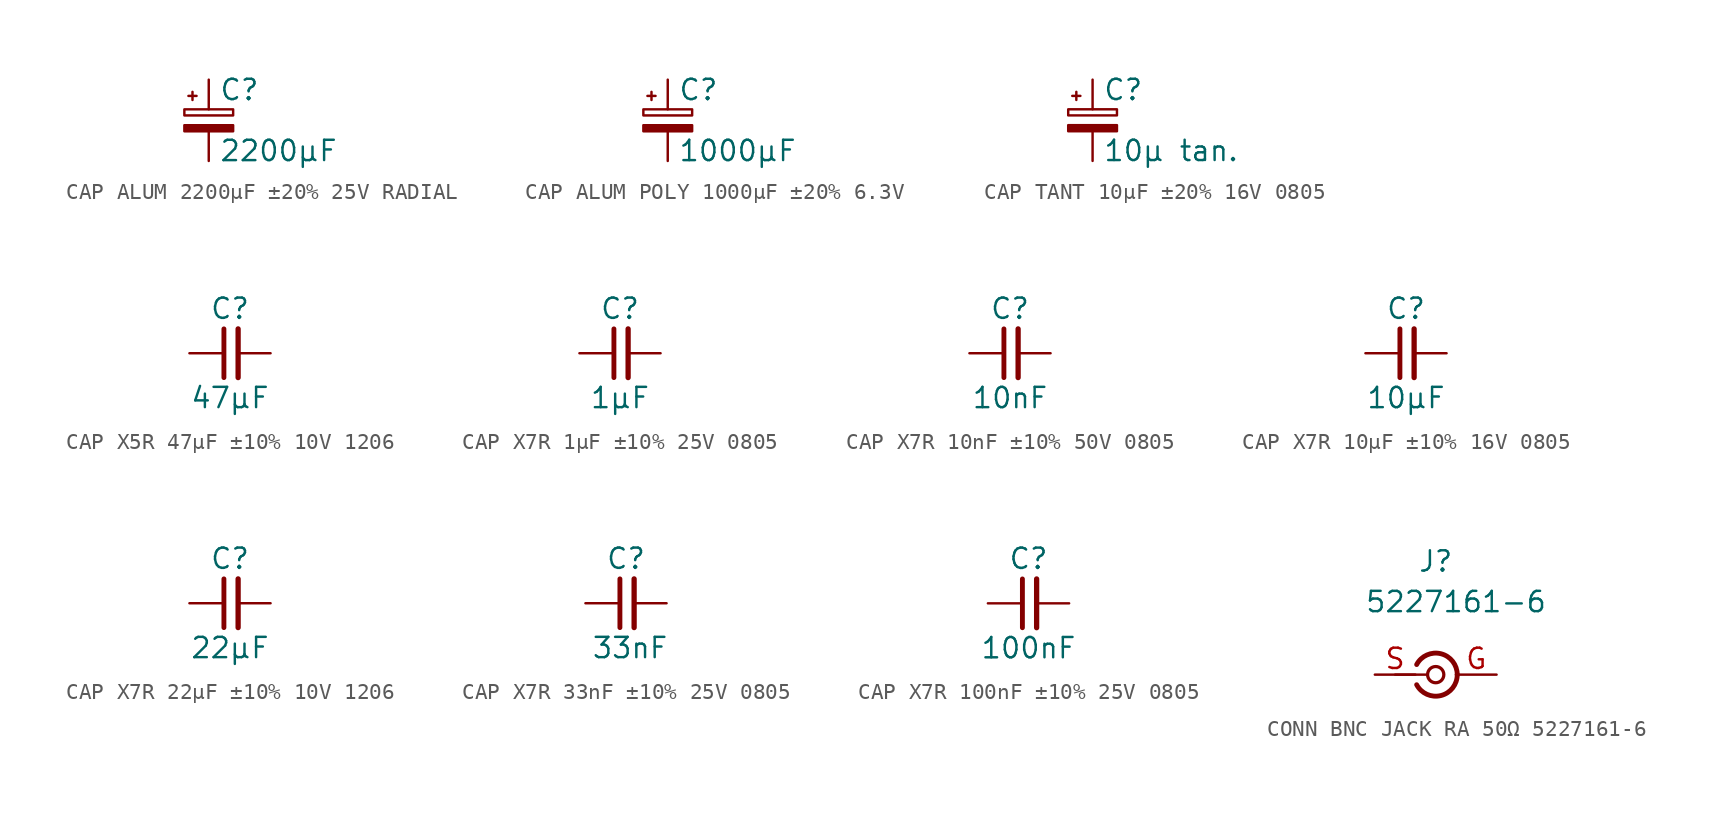
<source format=kicad_sym>
(kicad_symbol_lib
  (version 20241209)
  (generator "kicad_symbol_editor")
  (generator_version "9.0")
  (symbol "CAP ALUM 2200μF ±20% 25V RADIAL"
    (pin_numbers
      (hide yes))
    (pin_names
      (offset 0.254)
      (hide yes))
    (property "Reference" "C"
      (at 0.635 1.905 0)
      (effects (font (size 1.27 1.27)) (justify left)))
    (property "Value" "2200μF"
      (at 0.635 -1.905 0)
      (effects (font (size 1.27 1.27)) (justify left)))
    (symbol "CAP ALUM 2200μF ±20% 25V RADIAL_0_1"
      (rectangle (start -1.524 0.686) (end 1.524 0.305) (stroke (width 0) (type default)) (fill (type none)))
      (rectangle (start -1.524 -0.305) (end 1.524 -0.686) (stroke (width 0) (type default)) (fill (type outline)))
      (polyline (pts (xy -1.27 1.524) (xy -0.762 1.524)) (stroke (width 0) (type default)) (fill (type none)))
      (polyline (pts (xy -1.016 1.27) (xy -1.016 1.778)) (stroke (width 0) (type default)) (fill (type none))))
    (symbol "CAP ALUM 2200μF ±20% 25V RADIAL_1_1"
      (pin passive line (at 0 2.54 270) (length 1.854) (name "~" (effects (font (size 1.27 1.27)))) (number "1" (effects (font (size 1.27 1.27)))))
      (pin passive line (at 0 -2.54 90) (length 1.854) (name "~" (effects (font (size 1.27 1.27)))) (number "2" (effects (font (size 1.27 1.27)))))))
  (symbol "CAP ALUM POLY 1000μF ±20% 6.3V "
    (pin_numbers
      (hide yes))
    (pin_names
      (offset 0.254)
      (hide yes))
    (property "Reference" "C"
      (at 0.635 1.905 0)
      (effects (font (size 1.27 1.27)) (justify left)))
    (property "Value" "1000μF"
      (at 0.635 -1.905 0)
      (effects (font (size 1.27 1.27)) (justify left)))
    (symbol "CAP ALUM POLY 1000μF ±20% 6.3V _0_1"
      (rectangle (start -1.524 0.686) (end 1.524 0.305) (stroke (width 0) (type default)) (fill (type none)))
      (rectangle (start -1.524 -0.305) (end 1.524 -0.686) (stroke (width 0) (type default)) (fill (type outline)))
      (polyline (pts (xy -1.27 1.524) (xy -0.762 1.524)) (stroke (width 0) (type default)) (fill (type none)))
      (polyline (pts (xy -1.016 1.27) (xy -1.016 1.778)) (stroke (width 0) (type default)) (fill (type none))))
    (symbol "CAP ALUM POLY 1000μF ±20% 6.3V _1_1"
      (pin passive line (at 0 2.54 270) (length 1.854) (name "~" (effects (font (size 1.27 1.27)))) (number "1" (effects (font (size 1.27 1.27)))))
      (pin passive line (at 0 -2.54 90) (length 1.854) (name "~" (effects (font (size 1.27 1.27)))) (number "2" (effects (font (size 1.27 1.27)))))))
  (symbol "CAP TANT 10μF ±20% 16V 0805"
    (pin_numbers
      (hide yes))
    (pin_names
      (offset 0.254)
      (hide yes))
    (property "Reference" "C"
      (at 0.635 1.905 0)
      (effects (font (size 1.27 1.27)) (justify left)))
    (property "Value" "10μ tan."
      (at 0.635 -1.905 0)
      (effects (font (size 1.27 1.27)) (justify left)))
    (symbol "CAP TANT 10μF ±20% 16V 0805_0_1"
      (rectangle (start -1.524 0.686) (end 1.524 0.305) (stroke (width 0) (type default)) (fill (type none)))
      (rectangle (start -1.524 -0.305) (end 1.524 -0.686) (stroke (width 0) (type default)) (fill (type outline)))
      (polyline (pts (xy -1.27 1.524) (xy -0.762 1.524)) (stroke (width 0) (type default)) (fill (type none)))
      (polyline (pts (xy -1.016 1.27) (xy -1.016 1.778)) (stroke (width 0) (type default)) (fill (type none))))
    (symbol "CAP TANT 10μF ±20% 16V 0805_1_1"
      (pin passive line (at 0 2.54 270) (length 1.854) (name "~" (effects (font (size 1.27 1.27)))) (number "1" (effects (font (size 1.27 1.27)))))
      (pin passive line (at 0 -2.54 90) (length 1.854) (name "~" (effects (font (size 1.27 1.27)))) (number "2" (effects (font (size 1.27 1.27)))))))
  (symbol "CAP X5R 47μF ±10% 10V 1206"
    (pin_numbers
      (hide yes))
    (pin_names
      (offset 0.254)
      (hide yes))
    (property "Reference" "C"
      (at 0 2.794 0)
      (effects (font (size 1.27 1.27))))
    (property "Value" "47μF"
      (at 0 -2.794 0)
      (effects (font (size 1.27 1.27))))
    (symbol "CAP X5R 47μF ±10% 10V 1206_0_1"
      (polyline (pts (xy -0.381 -1.524) (xy -0.381 1.524)) (stroke (width 0.305) (type default)) (fill (type none)))
      (polyline (pts (xy 0.508 1.524) (xy 0.508 -1.524)) (stroke (width 0.33) (type default)) (fill (type none))))
    (symbol "CAP X5R 47μF ±10% 10V 1206_1_1"
      (pin passive line (at -2.54 0 0) (length 2.032) (name "~" (effects (font (size 1.27 1.27)))) (number "1" (effects (font (size 1.27 1.27)))))
      (pin passive line (at 2.54 0 180) (length 2.032) (name "~" (effects (font (size 1.27 1.27)))) (number "2" (effects (font (size 1.27 1.27)))))))
  (symbol "CAP X7R 1μF ±10% 25V 0805"
    (pin_numbers
      (hide yes))
    (pin_names
      (offset 0.254)
      (hide yes))
    (property "Reference" "C"
      (at 0 2.794 0)
      (effects (font (size 1.27 1.27))))
    (property "Value" "1μF"
      (at 0 -2.794 0)
      (effects (font (size 1.27 1.27))))
    (symbol "CAP X7R 1μF ±10% 25V 0805_0_1"
      (polyline (pts (xy -0.381 -1.524) (xy -0.381 1.524)) (stroke (width 0.305) (type default)) (fill (type none)))
      (polyline (pts (xy 0.508 1.524) (xy 0.508 -1.524)) (stroke (width 0.33) (type default)) (fill (type none))))
    (symbol "CAP X7R 1μF ±10% 25V 0805_1_1"
      (pin passive line (at -2.54 0 0) (length 2.032) (name "~" (effects (font (size 1.27 1.27)))) (number "1" (effects (font (size 1.27 1.27)))))
      (pin passive line (at 2.54 0 180) (length 2.032) (name "~" (effects (font (size 1.27 1.27)))) (number "2" (effects (font (size 1.27 1.27)))))))
  (symbol "CAP X7R 10nF ±10% 50V 0805"
    (pin_numbers
      (hide yes))
    (pin_names
      (offset 0.254)
      (hide yes))
    (property "Reference" "C"
      (at 0 2.794 0)
      (effects (font (size 1.27 1.27))))
    (property "Value" "10nF"
      (at 0 -2.794 0)
      (effects (font (size 1.27 1.27))))
    (symbol "CAP X7R 10nF ±10% 50V 0805_0_1"
      (polyline (pts (xy -0.381 -1.524) (xy -0.381 1.524)) (stroke (width 0.305) (type default)) (fill (type none)))
      (polyline (pts (xy 0.508 1.524) (xy 0.508 -1.524)) (stroke (width 0.33) (type default)) (fill (type none))))
    (symbol "CAP X7R 10nF ±10% 50V 0805_1_1"
      (pin passive line (at -2.54 0 0) (length 2.032) (name "~" (effects (font (size 1.27 1.27)))) (number "1" (effects (font (size 1.27 1.27)))))
      (pin passive line (at 2.54 0 180) (length 2.032) (name "~" (effects (font (size 1.27 1.27)))) (number "2" (effects (font (size 1.27 1.27)))))))
  (symbol "CAP X7R 10μF ±10% 16V 0805"
    (pin_numbers
      (hide yes))
    (pin_names
      (offset 0.254)
      (hide yes))
    (property "Reference" "C"
      (at 0 2.794 0)
      (effects (font (size 1.27 1.27))))
    (property "Value" "10μF"
      (at 0 -2.794 0)
      (effects (font (size 1.27 1.27))))
    (symbol "CAP X7R 10μF ±10% 16V 0805_0_1"
      (polyline (pts (xy -0.381 -1.524) (xy -0.381 1.524)) (stroke (width 0.305) (type default)) (fill (type none)))
      (polyline (pts (xy 0.508 1.524) (xy 0.508 -1.524)) (stroke (width 0.33) (type default)) (fill (type none))))
    (symbol "CAP X7R 10μF ±10% 16V 0805_1_1"
      (pin passive line (at -2.54 0 0) (length 2.032) (name "~" (effects (font (size 1.27 1.27)))) (number "1" (effects (font (size 1.27 1.27)))))
      (pin passive line (at 2.54 0 180) (length 2.032) (name "~" (effects (font (size 1.27 1.27)))) (number "2" (effects (font (size 1.27 1.27)))))))
  (symbol "CAP X7R 22μF ±10% 10V 1206"
    (pin_numbers
      (hide yes))
    (pin_names
      (offset 0.254)
      (hide yes))
    (property "Reference" "C"
      (at 0 2.794 0)
      (effects (font (size 1.27 1.27))))
    (property "Value" "22μF"
      (at 0 -2.794 0)
      (effects (font (size 1.27 1.27))))
    (symbol "CAP X7R 22μF ±10% 10V 1206_0_1"
      (polyline (pts (xy -0.381 -1.524) (xy -0.381 1.524)) (stroke (width 0.305) (type default)) (fill (type none)))
      (polyline (pts (xy 0.508 1.524) (xy 0.508 -1.524)) (stroke (width 0.33) (type default)) (fill (type none))))
    (symbol "CAP X7R 22μF ±10% 10V 1206_1_1"
      (pin passive line (at -2.54 0 0) (length 2.032) (name "~" (effects (font (size 1.27 1.27)))) (number "1" (effects (font (size 1.27 1.27)))))
      (pin passive line (at 2.54 0 180) (length 2.032) (name "~" (effects (font (size 1.27 1.27)))) (number "2" (effects (font (size 1.27 1.27)))))))
  (symbol "CAP X7R 33nF ±10% 25V 0805"
    (pin_numbers
      (hide yes))
    (pin_names
      (offset 0.254)
      (hide yes))
    (property "Reference" "C"
      (at 0 2.794 0)
      (effects (font (size 1.27 1.27))))
    (property "Value" "33nF"
      (at 0.254 -2.794 0)
      (effects (font (size 1.27 1.27))))
    (symbol "CAP X7R 33nF ±10% 25V 0805_0_1"
      (polyline (pts (xy -0.381 -1.524) (xy -0.381 1.524)) (stroke (width 0.305) (type default)) (fill (type none)))
      (polyline (pts (xy 0.508 1.524) (xy 0.508 -1.524)) (stroke (width 0.33) (type default)) (fill (type none))))
    (symbol "CAP X7R 33nF ±10% 25V 0805_1_1"
      (pin passive line (at -2.54 0 0) (length 2.032) (name "~" (effects (font (size 1.27 1.27)))) (number "1" (effects (font (size 1.27 1.27)))))
      (pin passive line (at 2.54 0 180) (length 2.032) (name "~" (effects (font (size 1.27 1.27)))) (number "2" (effects (font (size 1.27 1.27)))))))
  (symbol "CAP X7R 100nF ±10% 25V 0805"
    (pin_numbers
      (hide yes))
    (pin_names
      (offset 0.254)
      (hide yes))
    (property "Reference" "C"
      (at 0 2.794 0)
      (effects (font (size 1.27 1.27))))
    (property "Value" "100nF"
      (at 0 -2.794 0)
      (effects (font (size 1.27 1.27))))
    (symbol "CAP X7R 100nF ±10% 25V 0805_0_1"
      (polyline (pts (xy -0.381 -1.524) (xy -0.381 1.524)) (stroke (width 0.305) (type default)) (fill (type none)))
      (polyline (pts (xy 0.508 1.524) (xy 0.508 -1.524)) (stroke (width 0.33) (type default)) (fill (type none))))
    (symbol "CAP X7R 100nF ±10% 25V 0805_1_1"
      (pin passive line (at -2.54 0 0) (length 2.032) (name "~" (effects (font (size 1.27 1.27)))) (number "1" (effects (font (size 1.27 1.27)))))
      (pin passive line (at 2.54 0 180) (length 2.032) (name "~" (effects (font (size 1.27 1.27)))) (number "2" (effects (font (size 1.27 1.27)))))))
  (symbol "CONN BNC JACK RA 50Ω 5227161-6"
    (pin_names
      (offset 1.016))
    (property "Reference" "J"
      (at 0 6.35 0)
      (effects (font (size 1.27 1.27)) (justify bottom)))
    (property "Value" "5227161-6"
      (at 1.27 3.81 0)
      (effects (font (size 1.27 1.27)) (justify bottom)))
    (symbol "CONN BNC JACK RA 50Ω 5227161-6_0_1"
      (polyline (pts (xy -2.54 0) (xy -0.508 0)) (stroke (width 0) (type default)) (fill (type none)))
      (circle (center 0 0) (radius 0.508) (stroke (width 0.203) (type default)) (fill (type none))))
    (symbol "CONN BNC JACK RA 50Ω 5227161-6_1_1"
      (arc (start 1.3484 0.0039) (mid 0.327 -1.308) (end -1.1916 -0.6311) (stroke (width 0.3048) (type default)) (fill (type none)))
      (arc (start -1.1916 0.6311) (mid 0.327 1.3081) (end 1.3484 -0.0039) (stroke (width 0.3048) (type default)) (fill (type none)))
      (pin passive line (at -3.81 0 0) (length 2.54) (name "S" (effects (font (size 0 0)))) (number "S" (effects (font (size 1.27 1.27)))))
      (pin power_in line (at 3.81 0 180) (length 2.54) (name "GND" (effects (font (size 0 0)))) (number "G" (effects (font (size 1.27 1.27))))))))
</source>
